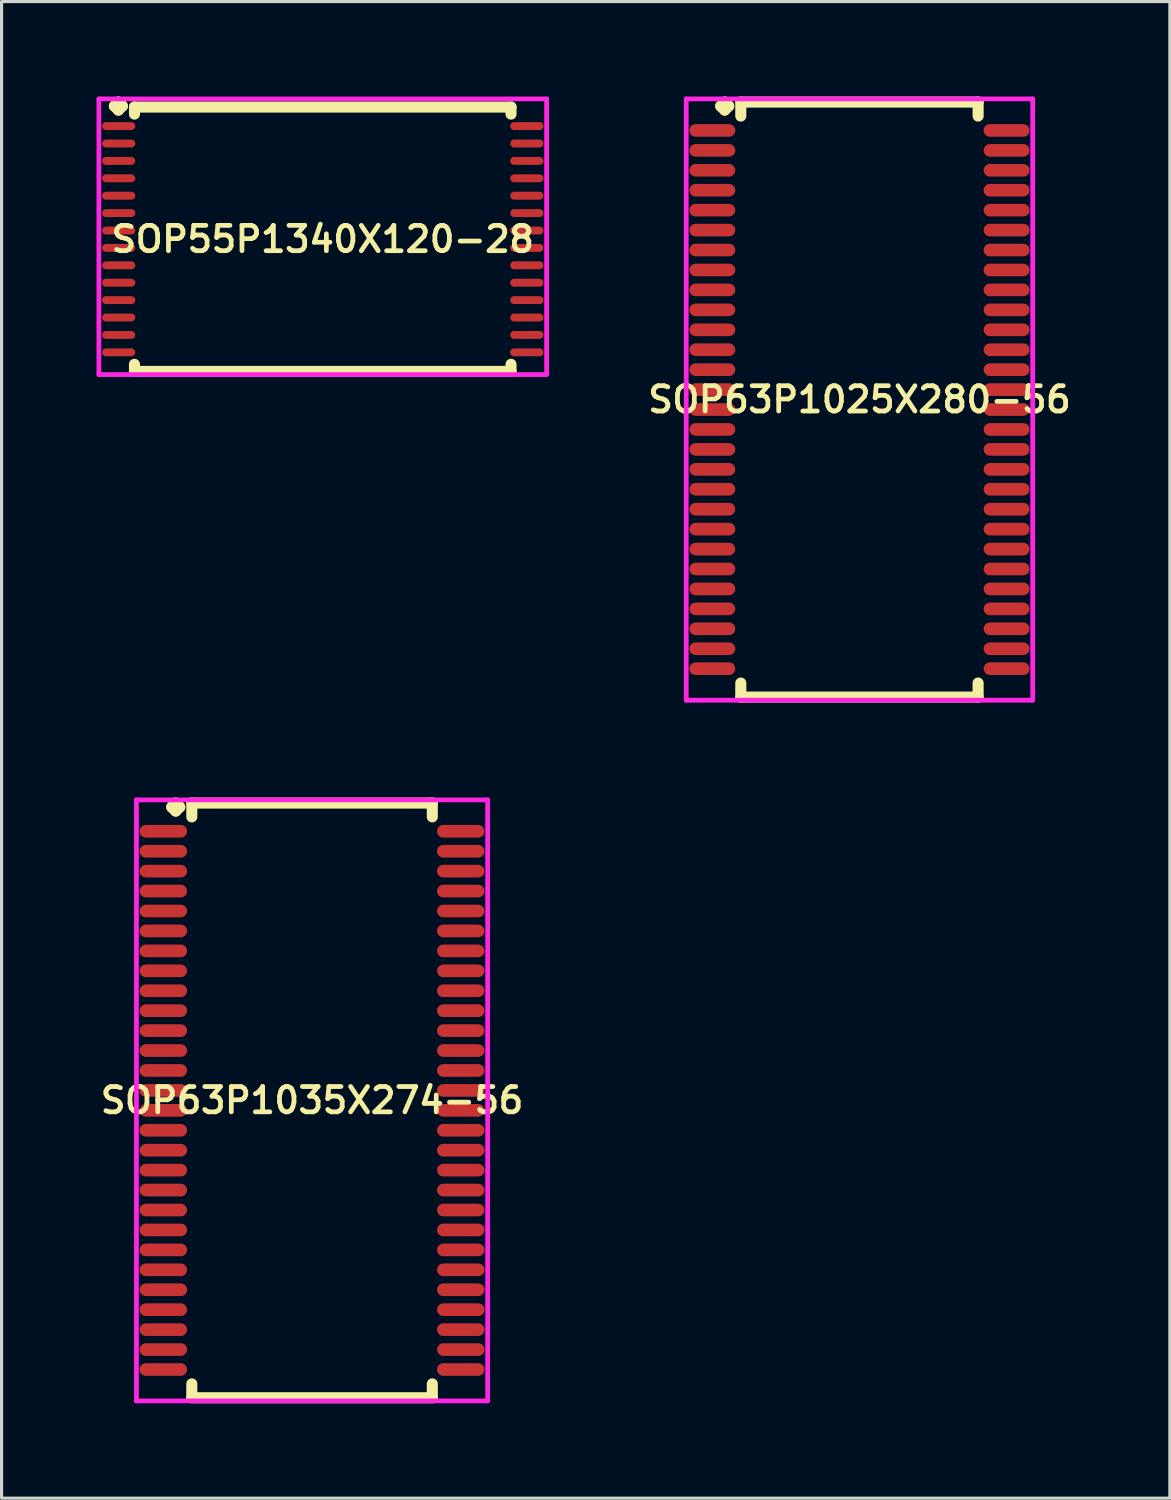
<source format=kicad_pcb>
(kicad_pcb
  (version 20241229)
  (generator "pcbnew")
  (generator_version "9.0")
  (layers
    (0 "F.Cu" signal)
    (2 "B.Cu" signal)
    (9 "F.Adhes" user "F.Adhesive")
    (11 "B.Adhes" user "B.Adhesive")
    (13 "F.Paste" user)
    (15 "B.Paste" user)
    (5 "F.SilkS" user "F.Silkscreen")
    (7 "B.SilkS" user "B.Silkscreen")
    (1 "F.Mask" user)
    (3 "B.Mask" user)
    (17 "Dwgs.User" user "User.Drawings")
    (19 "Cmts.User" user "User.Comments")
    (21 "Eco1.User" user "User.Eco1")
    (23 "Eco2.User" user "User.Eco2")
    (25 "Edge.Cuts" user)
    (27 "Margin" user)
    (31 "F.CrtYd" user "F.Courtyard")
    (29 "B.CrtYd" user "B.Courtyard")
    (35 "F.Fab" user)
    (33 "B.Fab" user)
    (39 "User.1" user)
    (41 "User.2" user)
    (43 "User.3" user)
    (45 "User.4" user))
  (footprint "SOP63P1025X280-56"
    (layer "F.Cu")
    (at 24.112 9.577)
    (property "Reference" "SOP63P1025X280-56" (at 0 0 0) (layer "F.SilkS") (effects (font (size 0.8 0.8) (thickness 0.15))))
    (attr smd)
    (fp_line (start -4.385 -9.275) (end -4.258 -9.402) (stroke (width 0.35) (type solid)) (layer "F.SilkS"))
    (fp_line (start -4.258 -9.402) (end -4.131 -9.275) (stroke (width 0.35) (type solid)) (layer "F.SilkS"))
    (fp_line (start -4.258 -9.148) (end -4.385 -9.275) (stroke (width 0.35) (type solid)) (layer "F.SilkS"))
    (fp_line (start -4.131 -9.275) (end -4.258 -9.148) (stroke (width 0.35) (type solid)) (layer "F.SilkS"))
    (fp_line (start -3.75 -9.402) (end 3.75 -9.402) (stroke (width 0.35) (type solid)) (layer "F.SilkS"))
    (fp_line (start -3.75 -8.959) (end -3.75 -9.402) (stroke (width 0.35) (type solid)) (layer "F.SilkS"))
    (fp_line (start -3.75 8.959) (end -3.75 9.402) (stroke (width 0.35) (type solid)) (layer "F.SilkS"))
    (fp_line (start -3.75 9.402) (end 3.75 9.402) (stroke (width 0.35) (type solid)) (layer "F.SilkS"))
    (fp_line (start 3.75 -9.402) (end 3.75 -8.959) (stroke (width 0.35) (type solid)) (layer "F.SilkS"))
    (fp_line (start 3.75 9.402) (end 3.75 8.959) (stroke (width 0.35) (type solid)) (layer "F.SilkS"))
    (fp_line (start -5.475 -9.502) (end 5.475 -9.502) (stroke (width 0.15) (type solid)) (layer "F.CrtYd"))
    (fp_line (start -5.475 9.502) (end -5.475 -9.502) (stroke (width 0.15) (type solid)) (layer "F.CrtYd"))
    (fp_line (start 5.475 -9.502) (end 5.475 9.502) (stroke (width 0.15) (type solid)) (layer "F.CrtYd"))
    (fp_line (start 5.475 9.502) (end -5.475 9.502) (stroke (width 0.15) (type solid)) (layer "F.CrtYd"))
    (pad "1" smd oval (at -4.65 -8.505) (size 1.45 0.4) (layers "F.Cu" "F.Mask" "F.Paste"))
    (pad "2" smd oval (at -4.65 -7.875) (size 1.45 0.4) (layers "F.Cu" "F.Mask" "F.Paste"))
    (pad "3" smd oval (at -4.65 -7.245) (size 1.45 0.4) (layers "F.Cu" "F.Mask" "F.Paste"))
    (pad "4" smd oval (at -4.65 -6.615) (size 1.45 0.4) (layers "F.Cu" "F.Mask" "F.Paste"))
    (pad "5" smd oval (at -4.65 -5.985) (size 1.45 0.4) (layers "F.Cu" "F.Mask" "F.Paste"))
    (pad "6" smd oval (at -4.65 -5.355) (size 1.45 0.4) (layers "F.Cu" "F.Mask" "F.Paste"))
    (pad "7" smd oval (at -4.65 -4.725) (size 1.45 0.4) (layers "F.Cu" "F.Mask" "F.Paste"))
    (pad "8" smd oval (at -4.65 -4.095) (size 1.45 0.4) (layers "F.Cu" "F.Mask" "F.Paste"))
    (pad "9" smd oval (at -4.65 -3.465) (size 1.45 0.4) (layers "F.Cu" "F.Mask" "F.Paste"))
    (pad "10" smd oval (at -4.65 -2.835) (size 1.45 0.4) (layers "F.Cu" "F.Mask" "F.Paste"))
    (pad "11" smd oval (at -4.65 -2.205) (size 1.45 0.4) (layers "F.Cu" "F.Mask" "F.Paste"))
    (pad "12" smd oval (at -4.65 -1.575) (size 1.45 0.4) (layers "F.Cu" "F.Mask" "F.Paste"))
    (pad "13" smd oval (at -4.65 -0.945) (size 1.45 0.4) (layers "F.Cu" "F.Mask" "F.Paste"))
    (pad "14" smd oval (at -4.65 -0.315) (size 1.45 0.4) (layers "F.Cu" "F.Mask" "F.Paste"))
    (pad "15" smd oval (at -4.65 0.315) (size 1.45 0.4) (layers "F.Cu" "F.Mask" "F.Paste"))
    (pad "16" smd oval (at -4.65 0.945) (size 1.45 0.4) (layers "F.Cu" "F.Mask" "F.Paste"))
    (pad "17" smd oval (at -4.65 1.575) (size 1.45 0.4) (layers "F.Cu" "F.Mask" "F.Paste"))
    (pad "18" smd oval (at -4.65 2.205) (size 1.45 0.4) (layers "F.Cu" "F.Mask" "F.Paste"))
    (pad "19" smd oval (at -4.65 2.835) (size 1.45 0.4) (layers "F.Cu" "F.Mask" "F.Paste"))
    (pad "20" smd oval (at -4.65 3.465) (size 1.45 0.4) (layers "F.Cu" "F.Mask" "F.Paste"))
    (pad "21" smd oval (at -4.65 4.095) (size 1.45 0.4) (layers "F.Cu" "F.Mask" "F.Paste"))
    (pad "22" smd oval (at -4.65 4.725) (size 1.45 0.4) (layers "F.Cu" "F.Mask" "F.Paste"))
    (pad "23" smd oval (at -4.65 5.355) (size 1.45 0.4) (layers "F.Cu" "F.Mask" "F.Paste"))
    (pad "24" smd oval (at -4.65 5.985) (size 1.45 0.4) (layers "F.Cu" "F.Mask" "F.Paste"))
    (pad "25" smd oval (at -4.65 6.615) (size 1.45 0.4) (layers "F.Cu" "F.Mask" "F.Paste"))
    (pad "26" smd oval (at -4.65 7.245) (size 1.45 0.4) (layers "F.Cu" "F.Mask" "F.Paste"))
    (pad "27" smd oval (at -4.65 7.875) (size 1.45 0.4) (layers "F.Cu" "F.Mask" "F.Paste"))
    (pad "28" smd oval (at -4.65 8.505) (size 1.45 0.4) (layers "F.Cu" "F.Mask" "F.Paste"))
    (pad "29" smd oval (at 4.65 8.505) (size 1.45 0.4) (layers "F.Cu" "F.Mask" "F.Paste"))
    (pad "30" smd oval (at 4.65 7.875) (size 1.45 0.4) (layers "F.Cu" "F.Mask" "F.Paste"))
    (pad "31" smd oval (at 4.65 7.245) (size 1.45 0.4) (layers "F.Cu" "F.Mask" "F.Paste"))
    (pad "32" smd oval (at 4.65 6.615) (size 1.45 0.4) (layers "F.Cu" "F.Mask" "F.Paste"))
    (pad "33" smd oval (at 4.65 5.985) (size 1.45 0.4) (layers "F.Cu" "F.Mask" "F.Paste"))
    (pad "34" smd oval (at 4.65 5.355) (size 1.45 0.4) (layers "F.Cu" "F.Mask" "F.Paste"))
    (pad "35" smd oval (at 4.65 4.725) (size 1.45 0.4) (layers "F.Cu" "F.Mask" "F.Paste"))
    (pad "36" smd oval (at 4.65 4.095) (size 1.45 0.4) (layers "F.Cu" "F.Mask" "F.Paste"))
    (pad "37" smd oval (at 4.65 3.465) (size 1.45 0.4) (layers "F.Cu" "F.Mask" "F.Paste"))
    (pad "38" smd oval (at 4.65 2.835) (size 1.45 0.4) (layers "F.Cu" "F.Mask" "F.Paste"))
    (pad "39" smd oval (at 4.65 2.205) (size 1.45 0.4) (layers "F.Cu" "F.Mask" "F.Paste"))
    (pad "40" smd oval (at 4.65 1.575) (size 1.45 0.4) (layers "F.Cu" "F.Mask" "F.Paste"))
    (pad "41" smd oval (at 4.65 0.945) (size 1.45 0.4) (layers "F.Cu" "F.Mask" "F.Paste"))
    (pad "42" smd oval (at 4.65 0.315) (size 1.45 0.4) (layers "F.Cu" "F.Mask" "F.Paste"))
    (pad "43" smd oval (at 4.65 -0.315) (size 1.45 0.4) (layers "F.Cu" "F.Mask" "F.Paste"))
    (pad "44" smd oval (at 4.65 -0.945) (size 1.45 0.4) (layers "F.Cu" "F.Mask" "F.Paste"))
    (pad "45" smd oval (at 4.65 -1.575) (size 1.45 0.4) (layers "F.Cu" "F.Mask" "F.Paste"))
    (pad "46" smd oval (at 4.65 -2.205) (size 1.45 0.4) (layers "F.Cu" "F.Mask" "F.Paste"))
    (pad "47" smd oval (at 4.65 -2.835) (size 1.45 0.4) (layers "F.Cu" "F.Mask" "F.Paste"))
    (pad "48" smd oval (at 4.65 -3.465) (size 1.45 0.4) (layers "F.Cu" "F.Mask" "F.Paste"))
    (pad "49" smd oval (at 4.65 -4.095) (size 1.45 0.4) (layers "F.Cu" "F.Mask" "F.Paste"))
    (pad "50" smd oval (at 4.65 -4.725) (size 1.45 0.4) (layers "F.Cu" "F.Mask" "F.Paste"))
    (pad "51" smd oval (at 4.65 -5.355) (size 1.45 0.4) (layers "F.Cu" "F.Mask" "F.Paste"))
    (pad "52" smd oval (at 4.65 -5.985) (size 1.45 0.4) (layers "F.Cu" "F.Mask" "F.Paste"))
    (pad "53" smd oval (at 4.65 -6.615) (size 1.45 0.4) (layers "F.Cu" "F.Mask" "F.Paste"))
    (pad "54" smd oval (at 4.65 -7.245) (size 1.45 0.4) (layers "F.Cu" "F.Mask" "F.Paste"))
    (pad "55" smd oval (at 4.65 -7.875) (size 1.45 0.4) (layers "F.Cu" "F.Mask" "F.Paste"))
    (pad "56" smd oval (at 4.65 -8.505) (size 1.45 0.4) (layers "F.Cu" "F.Mask" "F.Paste")))
  (footprint "SOP63P1035X274-56"
    (layer "F.Cu")
    (at 6.812 31.726)
    (property "Reference" "SOP63P1035X274-56" (at 0 0 0) (layer "F.SilkS") (effects (font (size 0.8 0.8) (thickness 0.15))))
    (attr smd)
    (fp_line (start -4.435 -9.27) (end -4.308 -9.397) (stroke (width 0.35) (type solid)) (layer "F.SilkS"))
    (fp_line (start -4.308 -9.397) (end -4.181 -9.27) (stroke (width 0.35) (type solid)) (layer "F.SilkS"))
    (fp_line (start -4.308 -9.143) (end -4.435 -9.27) (stroke (width 0.35) (type solid)) (layer "F.SilkS"))
    (fp_line (start -4.181 -9.27) (end -4.308 -9.143) (stroke (width 0.35) (type solid)) (layer "F.SilkS"))
    (fp_line (start -3.8 -9.397) (end 3.8 -9.397) (stroke (width 0.35) (type solid)) (layer "F.SilkS"))
    (fp_line (start -3.8 -8.959) (end -3.8 -9.397) (stroke (width 0.35) (type solid)) (layer "F.SilkS"))
    (fp_line (start -3.8 8.959) (end -3.8 9.397) (stroke (width 0.35) (type solid)) (layer "F.SilkS"))
    (fp_line (start -3.8 9.397) (end 3.8 9.397) (stroke (width 0.35) (type solid)) (layer "F.SilkS"))
    (fp_line (start 3.8 -9.397) (end 3.8 -8.959) (stroke (width 0.35) (type solid)) (layer "F.SilkS"))
    (fp_line (start 3.8 9.397) (end 3.8 8.959) (stroke (width 0.35) (type solid)) (layer "F.SilkS"))
    (fp_line (start -5.55 -9.497) (end 5.55 -9.497) (stroke (width 0.15) (type solid)) (layer "F.CrtYd"))
    (fp_line (start -5.55 9.497) (end -5.55 -9.497) (stroke (width 0.15) (type solid)) (layer "F.CrtYd"))
    (fp_line (start 5.55 -9.497) (end 5.55 9.497) (stroke (width 0.15) (type solid)) (layer "F.CrtYd"))
    (fp_line (start 5.55 9.497) (end -5.55 9.497) (stroke (width 0.15) (type solid)) (layer "F.CrtYd"))
    (pad "1" smd oval (at -4.7 -8.505) (size 1.5 0.4) (layers "F.Cu" "F.Mask" "F.Paste"))
    (pad "2" smd oval (at -4.7 -7.875) (size 1.5 0.4) (layers "F.Cu" "F.Mask" "F.Paste"))
    (pad "3" smd oval (at -4.7 -7.245) (size 1.5 0.4) (layers "F.Cu" "F.Mask" "F.Paste"))
    (pad "4" smd oval (at -4.7 -6.615) (size 1.5 0.4) (layers "F.Cu" "F.Mask" "F.Paste"))
    (pad "5" smd oval (at -4.7 -5.985) (size 1.5 0.4) (layers "F.Cu" "F.Mask" "F.Paste"))
    (pad "6" smd oval (at -4.7 -5.355) (size 1.5 0.4) (layers "F.Cu" "F.Mask" "F.Paste"))
    (pad "7" smd oval (at -4.7 -4.725) (size 1.5 0.4) (layers "F.Cu" "F.Mask" "F.Paste"))
    (pad "8" smd oval (at -4.7 -4.095) (size 1.5 0.4) (layers "F.Cu" "F.Mask" "F.Paste"))
    (pad "9" smd oval (at -4.7 -3.465) (size 1.5 0.4) (layers "F.Cu" "F.Mask" "F.Paste"))
    (pad "10" smd oval (at -4.7 -2.835) (size 1.5 0.4) (layers "F.Cu" "F.Mask" "F.Paste"))
    (pad "11" smd oval (at -4.7 -2.205) (size 1.5 0.4) (layers "F.Cu" "F.Mask" "F.Paste"))
    (pad "12" smd oval (at -4.7 -1.575) (size 1.5 0.4) (layers "F.Cu" "F.Mask" "F.Paste"))
    (pad "13" smd oval (at -4.7 -0.945) (size 1.5 0.4) (layers "F.Cu" "F.Mask" "F.Paste"))
    (pad "14" smd oval (at -4.7 -0.315) (size 1.5 0.4) (layers "F.Cu" "F.Mask" "F.Paste"))
    (pad "15" smd oval (at -4.7 0.315) (size 1.5 0.4) (layers "F.Cu" "F.Mask" "F.Paste"))
    (pad "16" smd oval (at -4.7 0.945) (size 1.5 0.4) (layers "F.Cu" "F.Mask" "F.Paste"))
    (pad "17" smd oval (at -4.7 1.575) (size 1.5 0.4) (layers "F.Cu" "F.Mask" "F.Paste"))
    (pad "18" smd oval (at -4.7 2.205) (size 1.5 0.4) (layers "F.Cu" "F.Mask" "F.Paste"))
    (pad "19" smd oval (at -4.7 2.835) (size 1.5 0.4) (layers "F.Cu" "F.Mask" "F.Paste"))
    (pad "20" smd oval (at -4.7 3.465) (size 1.5 0.4) (layers "F.Cu" "F.Mask" "F.Paste"))
    (pad "21" smd oval (at -4.7 4.095) (size 1.5 0.4) (layers "F.Cu" "F.Mask" "F.Paste"))
    (pad "22" smd oval (at -4.7 4.725) (size 1.5 0.4) (layers "F.Cu" "F.Mask" "F.Paste"))
    (pad "23" smd oval (at -4.7 5.355) (size 1.5 0.4) (layers "F.Cu" "F.Mask" "F.Paste"))
    (pad "24" smd oval (at -4.7 5.985) (size 1.5 0.4) (layers "F.Cu" "F.Mask" "F.Paste"))
    (pad "25" smd oval (at -4.7 6.615) (size 1.5 0.4) (layers "F.Cu" "F.Mask" "F.Paste"))
    (pad "26" smd oval (at -4.7 7.245) (size 1.5 0.4) (layers "F.Cu" "F.Mask" "F.Paste"))
    (pad "27" smd oval (at -4.7 7.875) (size 1.5 0.4) (layers "F.Cu" "F.Mask" "F.Paste"))
    (pad "28" smd oval (at -4.7 8.505) (size 1.5 0.4) (layers "F.Cu" "F.Mask" "F.Paste"))
    (pad "29" smd oval (at 4.7 8.505) (size 1.5 0.4) (layers "F.Cu" "F.Mask" "F.Paste"))
    (pad "30" smd oval (at 4.7 7.875) (size 1.5 0.4) (layers "F.Cu" "F.Mask" "F.Paste"))
    (pad "31" smd oval (at 4.7 7.245) (size 1.5 0.4) (layers "F.Cu" "F.Mask" "F.Paste"))
    (pad "32" smd oval (at 4.7 6.615) (size 1.5 0.4) (layers "F.Cu" "F.Mask" "F.Paste"))
    (pad "33" smd oval (at 4.7 5.985) (size 1.5 0.4) (layers "F.Cu" "F.Mask" "F.Paste"))
    (pad "34" smd oval (at 4.7 5.355) (size 1.5 0.4) (layers "F.Cu" "F.Mask" "F.Paste"))
    (pad "35" smd oval (at 4.7 4.725) (size 1.5 0.4) (layers "F.Cu" "F.Mask" "F.Paste"))
    (pad "36" smd oval (at 4.7 4.095) (size 1.5 0.4) (layers "F.Cu" "F.Mask" "F.Paste"))
    (pad "37" smd oval (at 4.7 3.465) (size 1.5 0.4) (layers "F.Cu" "F.Mask" "F.Paste"))
    (pad "38" smd oval (at 4.7 2.835) (size 1.5 0.4) (layers "F.Cu" "F.Mask" "F.Paste"))
    (pad "39" smd oval (at 4.7 2.205) (size 1.5 0.4) (layers "F.Cu" "F.Mask" "F.Paste"))
    (pad "40" smd oval (at 4.7 1.575) (size 1.5 0.4) (layers "F.Cu" "F.Mask" "F.Paste"))
    (pad "41" smd oval (at 4.7 0.945) (size 1.5 0.4) (layers "F.Cu" "F.Mask" "F.Paste"))
    (pad "42" smd oval (at 4.7 0.315) (size 1.5 0.4) (layers "F.Cu" "F.Mask" "F.Paste"))
    (pad "43" smd oval (at 4.7 -0.315) (size 1.5 0.4) (layers "F.Cu" "F.Mask" "F.Paste"))
    (pad "44" smd oval (at 4.7 -0.945) (size 1.5 0.4) (layers "F.Cu" "F.Mask" "F.Paste"))
    (pad "45" smd oval (at 4.7 -1.575) (size 1.5 0.4) (layers "F.Cu" "F.Mask" "F.Paste"))
    (pad "46" smd oval (at 4.7 -2.205) (size 1.5 0.4) (layers "F.Cu" "F.Mask" "F.Paste"))
    (pad "47" smd oval (at 4.7 -2.835) (size 1.5 0.4) (layers "F.Cu" "F.Mask" "F.Paste"))
    (pad "48" smd oval (at 4.7 -3.465) (size 1.5 0.4) (layers "F.Cu" "F.Mask" "F.Paste"))
    (pad "49" smd oval (at 4.7 -4.095) (size 1.5 0.4) (layers "F.Cu" "F.Mask" "F.Paste"))
    (pad "50" smd oval (at 4.7 -4.725) (size 1.5 0.4) (layers "F.Cu" "F.Mask" "F.Paste"))
    (pad "51" smd oval (at 4.7 -5.355) (size 1.5 0.4) (layers "F.Cu" "F.Mask" "F.Paste"))
    (pad "52" smd oval (at 4.7 -5.985) (size 1.5 0.4) (layers "F.Cu" "F.Mask" "F.Paste"))
    (pad "53" smd oval (at 4.7 -6.615) (size 1.5 0.4) (layers "F.Cu" "F.Mask" "F.Paste"))
    (pad "54" smd oval (at 4.7 -7.245) (size 1.5 0.4) (layers "F.Cu" "F.Mask" "F.Paste"))
    (pad "55" smd oval (at 4.7 -7.875) (size 1.5 0.4) (layers "F.Cu" "F.Mask" "F.Paste"))
    (pad "56" smd oval (at 4.7 -8.505) (size 1.5 0.4) (layers "F.Cu" "F.Mask" "F.Paste")))
  (footprint "SOP55P1340X120-28"
    (layer "F.Cu")
    (at 7.15 4.51)
    (property "Reference" "SOP55P1340X120-28" (at 0 0 0) (layer "F.SilkS") (effects (font (size 0.8 0.8) (thickness 0.15))))
    (attr smd)
    (fp_line (start -6.585 -4.208) (end -6.458 -4.335) (stroke (width 0.35) (type solid)) (layer "F.SilkS"))
    (fp_line (start -6.458 -4.335) (end -6.331 -4.208) (stroke (width 0.35) (type solid)) (layer "F.SilkS"))
    (fp_line (start -6.458 -4.081) (end -6.585 -4.208) (stroke (width 0.35) (type solid)) (layer "F.SilkS"))
    (fp_line (start -6.331 -4.208) (end -6.458 -4.081) (stroke (width 0.35) (type solid)) (layer "F.SilkS"))
    (fp_line (start -5.95 -4.177) (end 5.95 -4.177) (stroke (width 0.35) (type solid)) (layer "F.SilkS"))
    (fp_line (start -5.95 -3.954) (end -5.95 -4.177) (stroke (width 0.35) (type solid)) (layer "F.SilkS"))
    (fp_line (start -5.95 3.954) (end -5.95 4.177) (stroke (width 0.35) (type solid)) (layer "F.SilkS"))
    (fp_line (start -5.95 4.177) (end 5.95 4.177) (stroke (width 0.35) (type solid)) (layer "F.SilkS"))
    (fp_line (start 5.95 -4.177) (end 5.95 -3.954) (stroke (width 0.35) (type solid)) (layer "F.SilkS"))
    (fp_line (start 5.95 4.177) (end 5.95 3.954) (stroke (width 0.35) (type solid)) (layer "F.SilkS"))
    (fp_line (start -7.075 -4.435) (end 7.075 -4.435) (stroke (width 0.15) (type solid)) (layer "F.CrtYd"))
    (fp_line (start -7.075 4.277) (end -7.075 -4.435) (stroke (width 0.15) (type solid)) (layer "F.CrtYd"))
    (fp_line (start 7.075 -4.435) (end 7.075 4.277) (stroke (width 0.15) (type solid)) (layer "F.CrtYd"))
    (fp_line (start 7.075 4.277) (end -7.075 4.277) (stroke (width 0.15) (type solid)) (layer "F.CrtYd"))
    (pad "1" smd oval (at -6.45 -3.575) (size 1.05 0.25) (layers "F.Cu" "F.Mask" "F.Paste"))
    (pad "2" smd oval (at -6.45 -3.025) (size 1.05 0.25) (layers "F.Cu" "F.Mask" "F.Paste"))
    (pad "3" smd oval (at -6.45 -2.475) (size 1.05 0.25) (layers "F.Cu" "F.Mask" "F.Paste"))
    (pad "4" smd oval (at -6.45 -1.925) (size 1.05 0.25) (layers "F.Cu" "F.Mask" "F.Paste"))
    (pad "5" smd oval (at -6.45 -1.375) (size 1.05 0.25) (layers "F.Cu" "F.Mask" "F.Paste"))
    (pad "6" smd oval (at -6.45 -0.825) (size 1.05 0.25) (layers "F.Cu" "F.Mask" "F.Paste"))
    (pad "7" smd oval (at -6.45 -0.275) (size 1.05 0.25) (layers "F.Cu" "F.Mask" "F.Paste"))
    (pad "8" smd oval (at -6.45 0.275) (size 1.05 0.25) (layers "F.Cu" "F.Mask" "F.Paste"))
    (pad "9" smd oval (at -6.45 0.825) (size 1.05 0.25) (layers "F.Cu" "F.Mask" "F.Paste"))
    (pad "10" smd oval (at -6.45 1.375) (size 1.05 0.25) (layers "F.Cu" "F.Mask" "F.Paste"))
    (pad "11" smd oval (at -6.45 1.925) (size 1.05 0.25) (layers "F.Cu" "F.Mask" "F.Paste"))
    (pad "12" smd oval (at -6.45 2.475) (size 1.05 0.25) (layers "F.Cu" "F.Mask" "F.Paste"))
    (pad "13" smd oval (at -6.45 3.025) (size 1.05 0.25) (layers "F.Cu" "F.Mask" "F.Paste"))
    (pad "14" smd oval (at -6.45 3.575) (size 1.05 0.25) (layers "F.Cu" "F.Mask" "F.Paste"))
    (pad "15" smd oval (at 6.45 3.575) (size 1.05 0.25) (layers "F.Cu" "F.Mask" "F.Paste"))
    (pad "16" smd oval (at 6.45 3.025) (size 1.05 0.25) (layers "F.Cu" "F.Mask" "F.Paste"))
    (pad "17" smd oval (at 6.45 2.475) (size 1.05 0.25) (layers "F.Cu" "F.Mask" "F.Paste"))
    (pad "18" smd oval (at 6.45 1.925) (size 1.05 0.25) (layers "F.Cu" "F.Mask" "F.Paste"))
    (pad "19" smd oval (at 6.45 1.375) (size 1.05 0.25) (layers "F.Cu" "F.Mask" "F.Paste"))
    (pad "20" smd oval (at 6.45 0.825) (size 1.05 0.25) (layers "F.Cu" "F.Mask" "F.Paste"))
    (pad "21" smd oval (at 6.45 0.275) (size 1.05 0.25) (layers "F.Cu" "F.Mask" "F.Paste"))
    (pad "22" smd oval (at 6.45 -0.275) (size 1.05 0.25) (layers "F.Cu" "F.Mask" "F.Paste"))
    (pad "23" smd oval (at 6.45 -0.825) (size 1.05 0.25) (layers "F.Cu" "F.Mask" "F.Paste"))
    (pad "24" smd oval (at 6.45 -1.375) (size 1.05 0.25) (layers "F.Cu" "F.Mask" "F.Paste"))
    (pad "25" smd oval (at 6.45 -1.925) (size 1.05 0.25) (layers "F.Cu" "F.Mask" "F.Paste"))
    (pad "26" smd oval (at 6.45 -2.475) (size 1.05 0.25) (layers "F.Cu" "F.Mask" "F.Paste"))
    (pad "27" smd oval (at 6.45 -3.025) (size 1.05 0.25) (layers "F.Cu" "F.Mask" "F.Paste"))
    (pad "28" smd oval (at 6.45 -3.575) (size 1.05 0.25) (layers "F.Cu" "F.Mask" "F.Paste")))
  (gr_rect
    (start -3 -3)
    (end 33.923 44.298)
    (stroke (width 0.1) (type default))
    (fill no)
    (layer "Edge.Cuts")))
</source>
